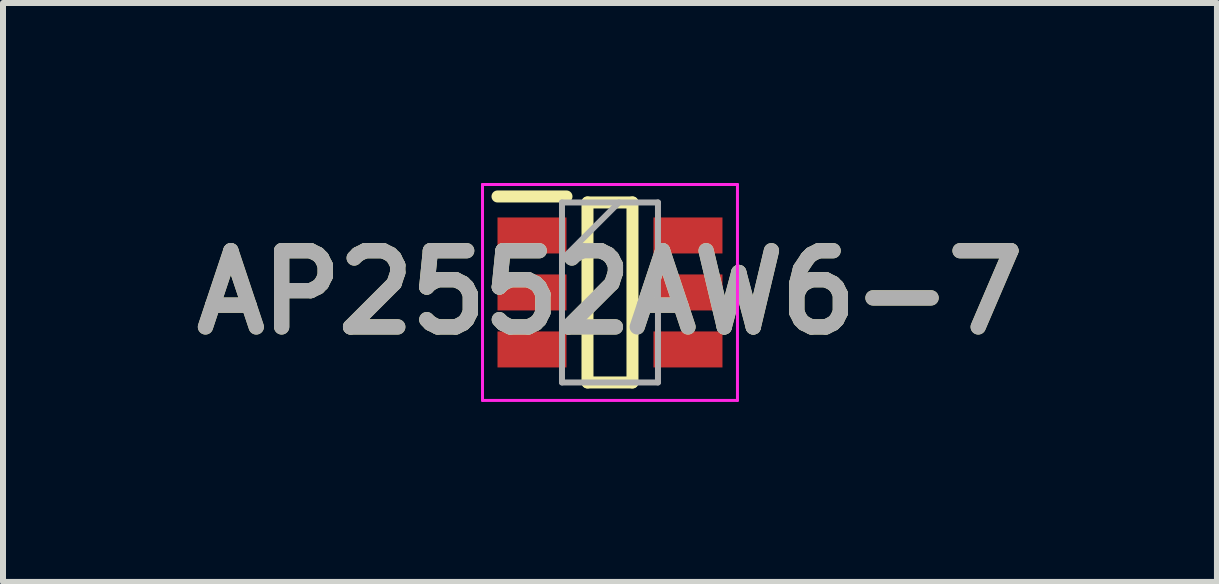
<source format=kicad_pcb>
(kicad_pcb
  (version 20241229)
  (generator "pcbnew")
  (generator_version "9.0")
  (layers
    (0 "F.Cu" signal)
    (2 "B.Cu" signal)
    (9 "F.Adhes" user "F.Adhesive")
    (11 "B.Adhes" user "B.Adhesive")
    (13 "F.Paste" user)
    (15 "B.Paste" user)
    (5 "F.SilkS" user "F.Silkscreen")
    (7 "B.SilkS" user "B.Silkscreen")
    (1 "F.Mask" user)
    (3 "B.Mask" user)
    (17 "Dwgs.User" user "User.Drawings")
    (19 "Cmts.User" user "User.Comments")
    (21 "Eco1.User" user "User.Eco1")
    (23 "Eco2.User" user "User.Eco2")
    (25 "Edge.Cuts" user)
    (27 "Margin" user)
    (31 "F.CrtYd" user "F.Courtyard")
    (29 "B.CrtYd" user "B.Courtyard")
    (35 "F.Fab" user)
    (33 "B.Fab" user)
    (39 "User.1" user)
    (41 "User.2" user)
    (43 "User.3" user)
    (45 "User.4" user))
  (footprint "AP2552AW6-7"
    (layer "F.Cu")
    (at 7.118 1.825)
    (property "Reference" "AP2552AW6-7" (at 0 0 0) (layer "F.SilkS") (effects (font (size 1.27 1.27) (thickness 0.254))))
    (attr smd)
    (fp_line (start -1.875 -1.6) (end -0.725 -1.6) (stroke (width 0.2) (type solid)) (layer "F.SilkS"))
    (fp_line (start -0.375 -1.5) (end 0.375 -1.5) (stroke (width 0.2) (type solid)) (layer "F.SilkS"))
    (fp_line (start -0.375 1.5) (end -0.375 -1.5) (stroke (width 0.2) (type solid)) (layer "F.SilkS"))
    (fp_line (start 0.375 -1.5) (end 0.375 1.5) (stroke (width 0.2) (type solid)) (layer "F.SilkS"))
    (fp_line (start 0.375 1.5) (end -0.375 1.5) (stroke (width 0.2) (type solid)) (layer "F.SilkS"))
    (fp_line (start -2.125 -1.8) (end 2.125 -1.8) (stroke (width 0.05) (type solid)) (layer "F.CrtYd"))
    (fp_line (start -2.125 1.8) (end -2.125 -1.8) (stroke (width 0.05) (type solid)) (layer "F.CrtYd"))
    (fp_line (start 2.125 -1.8) (end 2.125 1.8) (stroke (width 0.05) (type solid)) (layer "F.CrtYd"))
    (fp_line (start 2.125 1.8) (end -2.125 1.8) (stroke (width 0.05) (type solid)) (layer "F.CrtYd"))
    (fp_line (start -0.8 -1.5) (end 0.8 -1.5) (stroke (width 0.1) (type solid)) (layer "F.Fab"))
    (fp_line (start -0.8 -0.55) (end 0.15 -1.5) (stroke (width 0.1) (type solid)) (layer "F.Fab"))
    (fp_line (start -0.8 1.5) (end -0.8 -1.5) (stroke (width 0.1) (type solid)) (layer "F.Fab"))
    (fp_line (start 0.8 -1.5) (end 0.8 1.5) (stroke (width 0.1) (type solid)) (layer "F.Fab"))
    (fp_line (start 0.8 1.5) (end -0.8 1.5) (stroke (width 0.1) (type solid)) (layer "F.Fab"))
    (fp_text user "${REFERENCE}" (at 0 0 0) (layer "F.Fab") (effects (font (size 1.27 1.27) (thickness 0.254))))
    (pad "1" smd rect (at -1.3 -0.95 90) (size 0.6 1.15) (layers "F.Cu" "F.Mask" "F.Paste"))
    (pad "2" smd rect (at -1.3 0 90) (size 0.6 1.15) (layers "F.Cu" "F.Mask" "F.Paste"))
    (pad "3" smd rect (at -1.3 0.95 90) (size 0.6 1.15) (layers "F.Cu" "F.Mask" "F.Paste"))
    (pad "4" smd rect (at 1.3 0.95 90) (size 0.6 1.15) (layers "F.Cu" "F.Mask" "F.Paste"))
    (pad "5" smd rect (at 1.3 0 90) (size 0.6 1.15) (layers "F.Cu" "F.Mask" "F.Paste"))
    (pad "6" smd rect (at 1.3 -0.95 90) (size 0.6 1.15) (layers "F.Cu" "F.Mask" "F.Paste")))
  (gr_rect
    (start -3 -3)
    (end 17.236 6.65)
    (stroke (width 0.1) (type default))
    (fill no)
    (layer "Edge.Cuts")))
</source>
